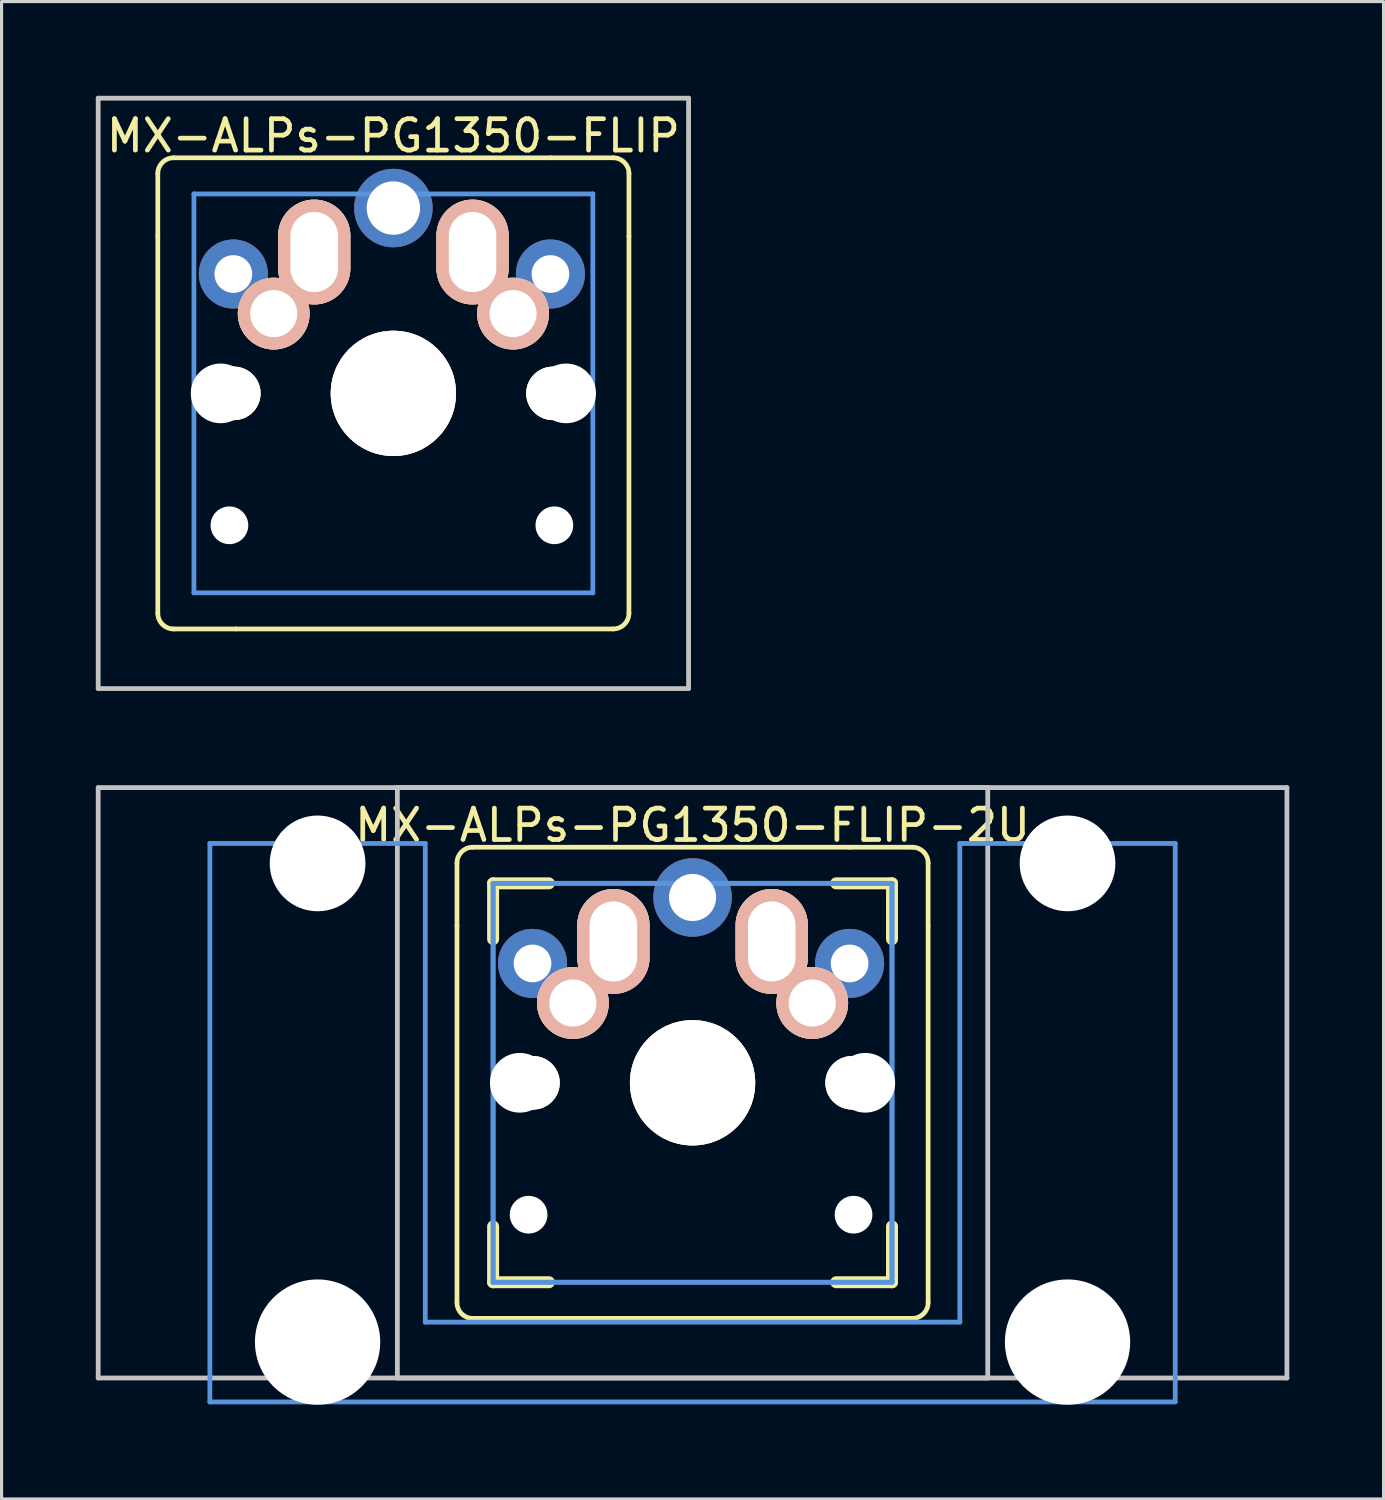
<source format=kicad_pcb>
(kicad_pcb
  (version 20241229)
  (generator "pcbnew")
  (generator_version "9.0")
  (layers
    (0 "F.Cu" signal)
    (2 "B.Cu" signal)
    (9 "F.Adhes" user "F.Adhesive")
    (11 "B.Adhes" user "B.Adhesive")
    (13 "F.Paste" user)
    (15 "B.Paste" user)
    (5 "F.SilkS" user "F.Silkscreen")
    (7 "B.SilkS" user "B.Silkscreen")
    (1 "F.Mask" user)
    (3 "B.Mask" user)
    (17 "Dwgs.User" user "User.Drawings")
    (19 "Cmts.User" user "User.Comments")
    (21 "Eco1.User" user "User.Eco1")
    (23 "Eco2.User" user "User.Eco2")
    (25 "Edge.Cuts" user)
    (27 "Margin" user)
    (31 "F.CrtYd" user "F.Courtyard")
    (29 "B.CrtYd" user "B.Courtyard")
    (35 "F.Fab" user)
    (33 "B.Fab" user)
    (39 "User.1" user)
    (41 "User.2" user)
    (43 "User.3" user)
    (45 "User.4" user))
  (footprint "MX-ALPs-PG1350-FLIP-2U"
    (layer "F.Cu")
    (at 18.999 31.423)
    (property "Reference" "MX-ALPs-PG1350-FLIP-2U" (at 0 -8.2 0) (layer "F.SilkS") (effects (font (size 1 1) (thickness 0.15))))
    (attr through_hole)
    (fp_line (start -7.5 -7) (end -7.5 -5) (stroke (width 0.15) (type solid)) (layer "F.SilkS"))
    (fp_line (start -7.5 7) (end -7.5 -5) (stroke (width 0.15) (type solid)) (layer "F.SilkS"))
    (fp_line (start -7 -7.5) (end 5 -7.5) (stroke (width 0.15) (type solid)) (layer "F.SilkS"))
    (fp_line (start -7 7.5) (end -5 7.5) (stroke (width 0.15) (type solid)) (layer "F.SilkS"))
    (fp_line (start -6.35 -6.35) (end -4.572 -6.35) (stroke (width 0.381) (type solid)) (layer "F.SilkS"))
    (fp_line (start -6.35 -4.572) (end -6.35 -6.35) (stroke (width 0.381) (type solid)) (layer "F.SilkS"))
    (fp_line (start -6.35 6.35) (end -6.35 4.572) (stroke (width 0.381) (type solid)) (layer "F.SilkS"))
    (fp_line (start -4.572 6.35) (end -6.35 6.35) (stroke (width 0.381) (type solid)) (layer "F.SilkS"))
    (fp_line (start 4.572 -6.35) (end 6.35 -6.35) (stroke (width 0.381) (type solid)) (layer "F.SilkS"))
    (fp_line (start 6.35 -6.35) (end 6.35 -4.572) (stroke (width 0.381) (type solid)) (layer "F.SilkS"))
    (fp_line (start 6.35 4.572) (end 6.35 6.35) (stroke (width 0.381) (type solid)) (layer "F.SilkS"))
    (fp_line (start 6.35 6.35) (end 4.572 6.35) (stroke (width 0.381) (type solid)) (layer "F.SilkS"))
    (fp_line (start 7 -7.5) (end 5 -7.5) (stroke (width 0.15) (type solid)) (layer "F.SilkS"))
    (fp_line (start 7 7.5) (end -5 7.5) (stroke (width 0.15) (type solid)) (layer "F.SilkS"))
    (fp_line (start 7.5 -7) (end 7.5 -5) (stroke (width 0.15) (type solid)) (layer "F.SilkS"))
    (fp_line (start 7.5 7) (end 7.5 -5) (stroke (width 0.15) (type solid)) (layer "F.SilkS"))
    (fp_arc (start -7.5 -7) (mid -7.353553 -7.353553) (end -7 -7.5) (stroke (width 0.15) (type solid)) (layer "F.SilkS"))
    (fp_arc (start -7 7.5) (mid -7.353553 7.353553) (end -7.5 7) (stroke (width 0.15) (type solid)) (layer "F.SilkS"))
    (fp_arc (start 7 -7.5) (mid 7.353553 -7.353553) (end 7.5 -7) (stroke (width 0.15) (type solid)) (layer "F.SilkS"))
    (fp_arc (start 7.5 7) (mid 7.353553 7.353553) (end 7 7.5) (stroke (width 0.15) (type solid)) (layer "F.SilkS"))
    (fp_line (start -18.923 -9.398) (end 18.923 -9.398) (stroke (width 0.152) (type solid)) (layer "Dwgs.User"))
    (fp_line (start -18.923 9.398) (end -18.923 -9.398) (stroke (width 0.152) (type solid)) (layer "Dwgs.User"))
    (fp_line (start -9.398 -9.398) (end 9.398 -9.398) (stroke (width 0.152) (type solid)) (layer "Dwgs.User"))
    (fp_line (start -9.398 9.398) (end -9.398 -9.398) (stroke (width 0.152) (type solid)) (layer "Dwgs.User"))
    (fp_line (start 9.398 -9.398) (end 9.398 9.398) (stroke (width 0.152) (type solid)) (layer "Dwgs.User"))
    (fp_line (start 9.398 9.398) (end -9.398 9.398) (stroke (width 0.152) (type solid)) (layer "Dwgs.User"))
    (fp_line (start 18.923 -9.398) (end 18.923 9.398) (stroke (width 0.152) (type solid)) (layer "Dwgs.User"))
    (fp_line (start 18.923 9.398) (end -18.923 9.398) (stroke (width 0.152) (type solid)) (layer "Dwgs.User"))
    (fp_line (start -15.367 -7.62) (end -15.367 10.16) (stroke (width 0.152) (type solid)) (layer "Cmts.User"))
    (fp_line (start -15.367 10.16) (end 15.367 10.16) (stroke (width 0.152) (type solid)) (layer "Cmts.User"))
    (fp_line (start -8.509 -7.62) (end -15.367 -7.62) (stroke (width 0.152) (type solid)) (layer "Cmts.User"))
    (fp_line (start -8.509 7.62) (end -8.509 -7.62) (stroke (width 0.152) (type solid)) (layer "Cmts.User"))
    (fp_line (start -6.35 -6.35) (end 6.35 -6.35) (stroke (width 0.152) (type solid)) (layer "Cmts.User"))
    (fp_line (start -6.35 -6.35) (end 6.35 -6.35) (stroke (width 0.152) (type solid)) (layer "Cmts.User"))
    (fp_line (start -6.35 6.35) (end -6.35 -6.35) (stroke (width 0.152) (type solid)) (layer "Cmts.User"))
    (fp_line (start -6.35 6.35) (end -6.35 -6.35) (stroke (width 0.152) (type solid)) (layer "Cmts.User"))
    (fp_line (start 6.35 -6.35) (end 6.35 6.35) (stroke (width 0.152) (type solid)) (layer "Cmts.User"))
    (fp_line (start 6.35 -6.35) (end 6.35 6.35) (stroke (width 0.152) (type solid)) (layer "Cmts.User"))
    (fp_line (start 6.35 6.35) (end -6.35 6.35) (stroke (width 0.152) (type solid)) (layer "Cmts.User"))
    (fp_line (start 6.35 6.35) (end -6.35 6.35) (stroke (width 0.152) (type solid)) (layer "Cmts.User"))
    (fp_line (start 8.509 -7.62) (end 8.509 7.62) (stroke (width 0.152) (type solid)) (layer "Cmts.User"))
    (fp_line (start 8.509 7.62) (end -8.509 7.62) (stroke (width 0.152) (type solid)) (layer "Cmts.User"))
    (fp_line (start 15.367 -7.62) (end 8.509 -7.62) (stroke (width 0.152) (type solid)) (layer "Cmts.User"))
    (fp_line (start 15.367 10.16) (end 15.367 -7.62) (stroke (width 0.152) (type solid)) (layer "Cmts.User"))
    (fp_line (start -16.129 -2.286) (end -15.265 -2.286) (stroke (width 0.152) (type solid)) (layer "Eco2.User"))
    (fp_line (start -16.129 0.508) (end -16.129 -2.286) (stroke (width 0.152) (type solid)) (layer "Eco2.User"))
    (fp_line (start -15.265 -5.69) (end -8.611 -5.69) (stroke (width 0.152) (type solid)) (layer "Eco2.User"))
    (fp_line (start -15.265 -2.286) (end -15.265 -5.69) (stroke (width 0.152) (type solid)) (layer "Eco2.User"))
    (fp_line (start -15.265 0.508) (end -16.129 0.508) (stroke (width 0.152) (type solid)) (layer "Eco2.User"))
    (fp_line (start -15.265 6.604) (end -15.265 0.508) (stroke (width 0.152) (type solid)) (layer "Eco2.User"))
    (fp_line (start -14.224 6.604) (end -15.265 6.604) (stroke (width 0.152) (type solid)) (layer "Eco2.User"))
    (fp_line (start -14.224 7.772) (end -14.224 6.604) (stroke (width 0.152) (type solid)) (layer "Eco2.User"))
    (fp_line (start -9.652 6.604) (end -9.652 7.772) (stroke (width 0.152) (type solid)) (layer "Eco2.User"))
    (fp_line (start -9.652 7.772) (end -14.224 7.772) (stroke (width 0.152) (type solid)) (layer "Eco2.User"))
    (fp_line (start -8.611 -5.69) (end -8.611 -4.877) (stroke (width 0.152) (type solid)) (layer "Eco2.User"))
    (fp_line (start -8.611 -4.877) (end -6.985 -4.877) (stroke (width 0.152) (type solid)) (layer "Eco2.User"))
    (fp_line (start -8.611 5.817) (end -8.611 6.604) (stroke (width 0.152) (type solid)) (layer "Eco2.User"))
    (fp_line (start -8.611 6.604) (end -9.652 6.604) (stroke (width 0.152) (type solid)) (layer "Eco2.User"))
    (fp_line (start -7.798 -6.005) (end -6.985 -6.005) (stroke (width 0.152) (type solid)) (layer "Eco2.User"))
    (fp_line (start -7.798 -2.504) (end -7.798 -6.005) (stroke (width 0.152) (type solid)) (layer "Eco2.User"))
    (fp_line (start -7.798 2.504) (end -6.985 2.504) (stroke (width 0.152) (type solid)) (layer "Eco2.User"))
    (fp_line (start -7.798 6.005) (end -7.798 2.504) (stroke (width 0.152) (type solid)) (layer "Eco2.User"))
    (fp_line (start -6.985 -6.985) (end 6.985 -6.985) (stroke (width 0.152) (type solid)) (layer "Eco2.User"))
    (fp_line (start -6.985 -6.985) (end 6.985 -6.985) (stroke (width 0.152) (type solid)) (layer "Eco2.User"))
    (fp_line (start -6.985 -6.005) (end -6.985 -6.985) (stroke (width 0.152) (type solid)) (layer "Eco2.User"))
    (fp_line (start -6.985 -4.877) (end -6.985 -6.985) (stroke (width 0.152) (type solid)) (layer "Eco2.User"))
    (fp_line (start -6.985 -2.504) (end -7.798 -2.504) (stroke (width 0.152) (type solid)) (layer "Eco2.User"))
    (fp_line (start -6.985 2.504) (end -6.985 -2.504) (stroke (width 0.152) (type solid)) (layer "Eco2.User"))
    (fp_line (start -6.985 5.817) (end -8.611 5.817) (stroke (width 0.152) (type solid)) (layer "Eco2.User"))
    (fp_line (start -6.985 6.005) (end -7.798 6.005) (stroke (width 0.152) (type solid)) (layer "Eco2.User"))
    (fp_line (start -6.985 6.985) (end -6.985 5.817) (stroke (width 0.152) (type solid)) (layer "Eco2.User"))
    (fp_line (start -6.985 6.985) (end -6.985 6.005) (stroke (width 0.152) (type solid)) (layer "Eco2.User"))
    (fp_line (start 6.985 -6.985) (end 6.985 -6.005) (stroke (width 0.152) (type solid)) (layer "Eco2.User"))
    (fp_line (start 6.985 -6.985) (end 6.985 -4.877) (stroke (width 0.152) (type solid)) (layer "Eco2.User"))
    (fp_line (start 6.985 -6.005) (end 7.798 -6.005) (stroke (width 0.152) (type solid)) (layer "Eco2.User"))
    (fp_line (start 6.985 -4.877) (end 8.611 -4.877) (stroke (width 0.152) (type solid)) (layer "Eco2.User"))
    (fp_line (start 6.985 -2.504) (end 6.985 2.504) (stroke (width 0.152) (type solid)) (layer "Eco2.User"))
    (fp_line (start 6.985 2.504) (end 7.798 2.504) (stroke (width 0.152) (type solid)) (layer "Eco2.User"))
    (fp_line (start 6.985 5.817) (end 6.985 6.985) (stroke (width 0.152) (type solid)) (layer "Eco2.User"))
    (fp_line (start 6.985 6.005) (end 6.985 6.985) (stroke (width 0.152) (type solid)) (layer "Eco2.User"))
    (fp_line (start 6.985 6.985) (end -6.985 6.985) (stroke (width 0.152) (type solid)) (layer "Eco2.User"))
    (fp_line (start 6.985 6.985) (end -6.985 6.985) (stroke (width 0.152) (type solid)) (layer "Eco2.User"))
    (fp_line (start 7.798 -6.005) (end 7.798 -2.504) (stroke (width 0.152) (type solid)) (layer "Eco2.User"))
    (fp_line (start 7.798 -2.504) (end 6.985 -2.504) (stroke (width 0.152) (type solid)) (layer "Eco2.User"))
    (fp_line (start 7.798 2.504) (end 7.798 6.005) (stroke (width 0.152) (type solid)) (layer "Eco2.User"))
    (fp_line (start 7.798 6.005) (end 6.985 6.005) (stroke (width 0.152) (type solid)) (layer "Eco2.User"))
    (fp_line (start 8.611 -5.69) (end 15.265 -5.69) (stroke (width 0.152) (type solid)) (layer "Eco2.User"))
    (fp_line (start 8.611 -4.877) (end 8.611 -5.69) (stroke (width 0.152) (type solid)) (layer "Eco2.User"))
    (fp_line (start 8.611 5.817) (end 6.985 5.817) (stroke (width 0.152) (type solid)) (layer "Eco2.User"))
    (fp_line (start 8.611 6.604) (end 8.611 5.817) (stroke (width 0.152) (type solid)) (layer "Eco2.User"))
    (fp_line (start 9.652 6.604) (end 8.611 6.604) (stroke (width 0.152) (type solid)) (layer "Eco2.User"))
    (fp_line (start 9.652 7.772) (end 9.652 6.604) (stroke (width 0.152) (type solid)) (layer "Eco2.User"))
    (fp_line (start 14.224 6.604) (end 14.224 7.772) (stroke (width 0.152) (type solid)) (layer "Eco2.User"))
    (fp_line (start 14.224 7.772) (end 9.652 7.772) (stroke (width 0.152) (type solid)) (layer "Eco2.User"))
    (fp_line (start 15.265 -5.69) (end 15.265 -2.286) (stroke (width 0.152) (type solid)) (layer "Eco2.User"))
    (fp_line (start 15.265 -2.286) (end 16.129 -2.286) (stroke (width 0.152) (type solid)) (layer "Eco2.User"))
    (fp_line (start 15.265 0.508) (end 15.265 6.604) (stroke (width 0.152) (type solid)) (layer "Eco2.User"))
    (fp_line (start 15.265 6.604) (end 14.224 6.604) (stroke (width 0.152) (type solid)) (layer "Eco2.User"))
    (fp_line (start 16.129 -2.286) (end 16.129 0.508) (stroke (width 0.152) (type solid)) (layer "Eco2.User"))
    (fp_line (start 16.129 0.508) (end 15.265 0.508) (stroke (width 0.152) (type solid)) (layer "Eco2.User"))
    (pad "" np_thru_hole circle (at -11.938 -6.985) (size 3.048 3.048) (drill 3.048) (layers "*.Cu"))
    (pad "" np_thru_hole circle (at -11.938 8.255) (size 3.988 3.988) (drill 3.988) (layers "*.Cu"))
    (pad "" np_thru_hole circle (at -5.5 0 270) (size 1.9 1.9) (drill 1.9) (layers "*.Cu" "*.Mask"))
    (pad "" np_thru_hole circle (at -5.22 4.2 270) (size 1.2 1.2) (drill 1.2) (layers "*.Cu" "*.Mask"))
    (pad "" np_thru_hole circle (at 0 0 270) (size 3.4 3.4) (drill 3.4) (layers "*.Cu" "*.Mask"))
    (pad "" np_thru_hole circle (at 5.125 4.2 270) (size 1.2 1.2) (drill 1.2) (layers "*.Cu" "*.Mask"))
    (pad "" np_thru_hole circle (at 5.5 0 270) (size 1.9 1.9) (drill 1.9) (layers "*.Cu" "*.Mask"))
    (pad "" np_thru_hole circle (at 11.938 -6.985) (size 3.048 3.048) (drill 3.048) (layers "*.Cu"))
    (pad "" np_thru_hole circle (at 11.938 8.255) (size 3.988 3.988) (drill 3.988) (layers "*.Cu"))
    (pad "1" thru_hole circle (at 0 -5.9 270) (size 2.5 2.5) (drill 1.5) (layers "*.Cu" "*.Mask"))
    (pad "1" thru_hole oval (at 2.52 -4.5) (size 2.3 3.337) (drill oval 1.513 2.55) (layers "*.Cu" "*.SilkS" "*.Mask"))
    (pad "1" thru_hole circle (at 3.81 -2.54) (size 2.286 2.286) (drill 1.499) (layers "*.Cu" "*.SilkS" "*.Mask"))
    (pad "1" thru_hole circle (at 5 -3.8 270) (size 2.2 2.2) (drill 1.2) (layers "*.Cu" "*.Mask"))
    (pad "2" thru_hole circle (at -5.095 -3.8 270) (size 2.2 2.2) (drill 1.2) (layers "*.Cu" "*.Mask"))
    (pad "2" thru_hole circle (at -3.81 -2.54) (size 2.286 2.286) (drill 1.499) (layers "*.Cu" "*.SilkS" "*.Mask"))
    (pad "2" thru_hole oval (at -2.52 -4.5) (size 2.3 3.337) (drill oval 1.513 2.55) (layers "*.Cu" "*.SilkS" "*.Mask"))
    (pad "HOLE" thru_hole circle (at -5.08 0) (size 1.702 1.702) (drill 1.702) (layers "*.Cu" "*.Mask" "F.SilkS"))
    (pad "HOLE" thru_hole circle (at 0 0) (size 3.988 3.988) (drill 3.988) (layers "*.Cu" "*.Mask" "F.SilkS"))
    (pad "HOLE" thru_hole circle (at 5.08 0) (size 1.702 1.702) (drill 1.702) (layers "*.Cu" "*.Mask" "F.SilkS")))
  (footprint "MX-ALPs-PG1350-FLIP"
    (layer "F.Cu")
    (at 9.474 9.474)
    (property "Reference" "MX-ALPs-PG1350-FLIP" (at 0 -8.2 0) (layer "F.SilkS") (effects (font (size 1 1) (thickness 0.15))))
    (attr through_hole)
    (fp_line (start -7.5 -7) (end -7.5 -5) (stroke (width 0.15) (type solid)) (layer "F.SilkS"))
    (fp_line (start -7.5 7) (end -7.5 -5) (stroke (width 0.15) (type solid)) (layer "F.SilkS"))
    (fp_line (start -7 -7.5) (end 5 -7.5) (stroke (width 0.15) (type solid)) (layer "F.SilkS"))
    (fp_line (start -7 7.5) (end -5 7.5) (stroke (width 0.15) (type solid)) (layer "F.SilkS"))
    (fp_line (start 7 -7.5) (end 5 -7.5) (stroke (width 0.15) (type solid)) (layer "F.SilkS"))
    (fp_line (start 7 7.5) (end -5 7.5) (stroke (width 0.15) (type solid)) (layer "F.SilkS"))
    (fp_line (start 7.5 -7) (end 7.5 -5) (stroke (width 0.15) (type solid)) (layer "F.SilkS"))
    (fp_line (start 7.5 7) (end 7.5 -5) (stroke (width 0.15) (type solid)) (layer "F.SilkS"))
    (fp_arc (start -7.5 -7) (mid -7.353553 -7.353553) (end -7 -7.5) (stroke (width 0.15) (type solid)) (layer "F.SilkS"))
    (fp_arc (start -7 7.5) (mid -7.353553 7.353553) (end -7.5 7) (stroke (width 0.15) (type solid)) (layer "F.SilkS"))
    (fp_arc (start 7 -7.5) (mid 7.353553 -7.353553) (end 7.5 -7) (stroke (width 0.15) (type solid)) (layer "F.SilkS"))
    (fp_arc (start 7.5 7) (mid 7.353553 7.353553) (end 7 7.5) (stroke (width 0.15) (type solid)) (layer "F.SilkS"))
    (fp_line (start -9.398 -9.398) (end 9.398 -9.398) (stroke (width 0.152) (type solid)) (layer "Dwgs.User"))
    (fp_line (start -9.398 9.398) (end -9.398 -9.398) (stroke (width 0.152) (type solid)) (layer "Dwgs.User"))
    (fp_line (start 9.398 -9.398) (end 9.398 9.398) (stroke (width 0.152) (type solid)) (layer "Dwgs.User"))
    (fp_line (start 9.398 9.398) (end -9.398 9.398) (stroke (width 0.152) (type solid)) (layer "Dwgs.User"))
    (fp_line (start -6.35 -6.35) (end 6.35 -6.35) (stroke (width 0.152) (type solid)) (layer "Cmts.User"))
    (fp_line (start -6.35 6.35) (end -6.35 -6.35) (stroke (width 0.152) (type solid)) (layer "Cmts.User"))
    (fp_line (start 6.35 -6.35) (end 6.35 6.35) (stroke (width 0.152) (type solid)) (layer "Cmts.User"))
    (fp_line (start 6.35 6.35) (end -6.35 6.35) (stroke (width 0.152) (type solid)) (layer "Cmts.User"))
    (fp_line (start -7.798 -6.005) (end -6.985 -6.005) (stroke (width 0.152) (type solid)) (layer "Eco2.User"))
    (fp_line (start -7.798 -2.504) (end -7.798 -6.005) (stroke (width 0.152) (type solid)) (layer "Eco2.User"))
    (fp_line (start -7.798 2.504) (end -6.985 2.504) (stroke (width 0.152) (type solid)) (layer "Eco2.User"))
    (fp_line (start -7.798 6.005) (end -7.798 2.504) (stroke (width 0.152) (type solid)) (layer "Eco2.User"))
    (fp_line (start -6.985 -6.985) (end 6.985 -6.985) (stroke (width 0.152) (type solid)) (layer "Eco2.User"))
    (fp_line (start -6.985 -6.005) (end -6.985 -6.985) (stroke (width 0.152) (type solid)) (layer "Eco2.User"))
    (fp_line (start -6.985 -2.504) (end -7.798 -2.504) (stroke (width 0.152) (type solid)) (layer "Eco2.User"))
    (fp_line (start -6.985 2.504) (end -6.985 -2.504) (stroke (width 0.152) (type solid)) (layer "Eco2.User"))
    (fp_line (start -6.985 6.005) (end -7.798 6.005) (stroke (width 0.152) (type solid)) (layer "Eco2.User"))
    (fp_line (start -6.985 6.985) (end -6.985 6.005) (stroke (width 0.152) (type solid)) (layer "Eco2.User"))
    (fp_line (start 6.985 -6.985) (end 6.985 -6.005) (stroke (width 0.152) (type solid)) (layer "Eco2.User"))
    (fp_line (start 6.985 -6.005) (end 7.798 -6.005) (stroke (width 0.152) (type solid)) (layer "Eco2.User"))
    (fp_line (start 6.985 -2.504) (end 6.985 2.504) (stroke (width 0.152) (type solid)) (layer "Eco2.User"))
    (fp_line (start 6.985 2.504) (end 7.798 2.504) (stroke (width 0.152) (type solid)) (layer "Eco2.User"))
    (fp_line (start 6.985 6.005) (end 6.985 6.985) (stroke (width 0.152) (type solid)) (layer "Eco2.User"))
    (fp_line (start 6.985 6.985) (end -6.985 6.985) (stroke (width 0.152) (type solid)) (layer "Eco2.User"))
    (fp_line (start 7.798 -6.005) (end 7.798 -2.504) (stroke (width 0.152) (type solid)) (layer "Eco2.User"))
    (fp_line (start 7.798 -2.504) (end 6.985 -2.504) (stroke (width 0.152) (type solid)) (layer "Eco2.User"))
    (fp_line (start 7.798 2.504) (end 7.798 6.005) (stroke (width 0.152) (type solid)) (layer "Eco2.User"))
    (fp_line (start 7.798 6.005) (end 6.985 6.005) (stroke (width 0.152) (type solid)) (layer "Eco2.User"))
    (pad "" np_thru_hole circle (at -5.5 0 270) (size 1.9 1.9) (drill 1.9) (layers "*.Cu" "*.Mask"))
    (pad "" np_thru_hole circle (at -5.22 4.2 270) (size 1.2 1.2) (drill 1.2) (layers "*.Cu" "*.Mask"))
    (pad "" np_thru_hole circle (at 0 0 270) (size 3.4 3.4) (drill 3.4) (layers "*.Cu" "*.Mask"))
    (pad "" np_thru_hole circle (at 5.125 4.2 270) (size 1.2 1.2) (drill 1.2) (layers "*.Cu" "*.Mask"))
    (pad "" np_thru_hole circle (at 5.5 0 270) (size 1.9 1.9) (drill 1.9) (layers "*.Cu" "*.Mask"))
    (pad "1" thru_hole circle (at 0 -5.9 270) (size 2.5 2.5) (drill 1.7) (layers "*.Cu" "*.Mask"))
    (pad "1" thru_hole oval (at 2.52 -4.5) (size 2.3 3.337) (drill oval 1.513 2.55) (layers "*.Cu" "*.SilkS" "*.Mask"))
    (pad "1" thru_hole circle (at 3.81 -2.54) (size 2.286 2.286) (drill 1.499) (layers "*.Cu" "*.SilkS" "*.Mask"))
    (pad "1" thru_hole circle (at 5 -3.8 270) (size 2.2 2.2) (drill 1.2) (layers "*.Cu" "*.Mask"))
    (pad "2" thru_hole circle (at -5.095 -3.8 270) (size 2.2 2.2) (drill 1.2) (layers "*.Cu" "*.Mask"))
    (pad "2" thru_hole circle (at -3.81 -2.54) (size 2.286 2.286) (drill 1.499) (layers "*.Cu" "*.SilkS" "*.Mask"))
    (pad "2" thru_hole oval (at -2.52 -4.5) (size 2.3 3.337) (drill oval 1.513 2.55) (layers "*.Cu" "*.SilkS" "*.Mask"))
    (pad "HOLE" thru_hole circle (at -5.08 0) (size 1.702 1.702) (drill 1.702) (layers "*.Cu" "*.Mask" "F.SilkS"))
    (pad "HOLE" thru_hole circle (at 0 0) (size 3.988 3.988) (drill 3.988) (layers "*.Cu" "*.Mask" "F.SilkS"))
    (pad "HOLE" thru_hole circle (at 5.08 0) (size 1.702 1.702) (drill 1.702) (layers "*.Cu" "*.Mask" "F.SilkS")))
  (gr_rect
    (start -3 -3)
    (end 40.998 44.672)
    (stroke (width 0.1) (type default))
    (fill no)
    (layer "Edge.Cuts")))
</source>
